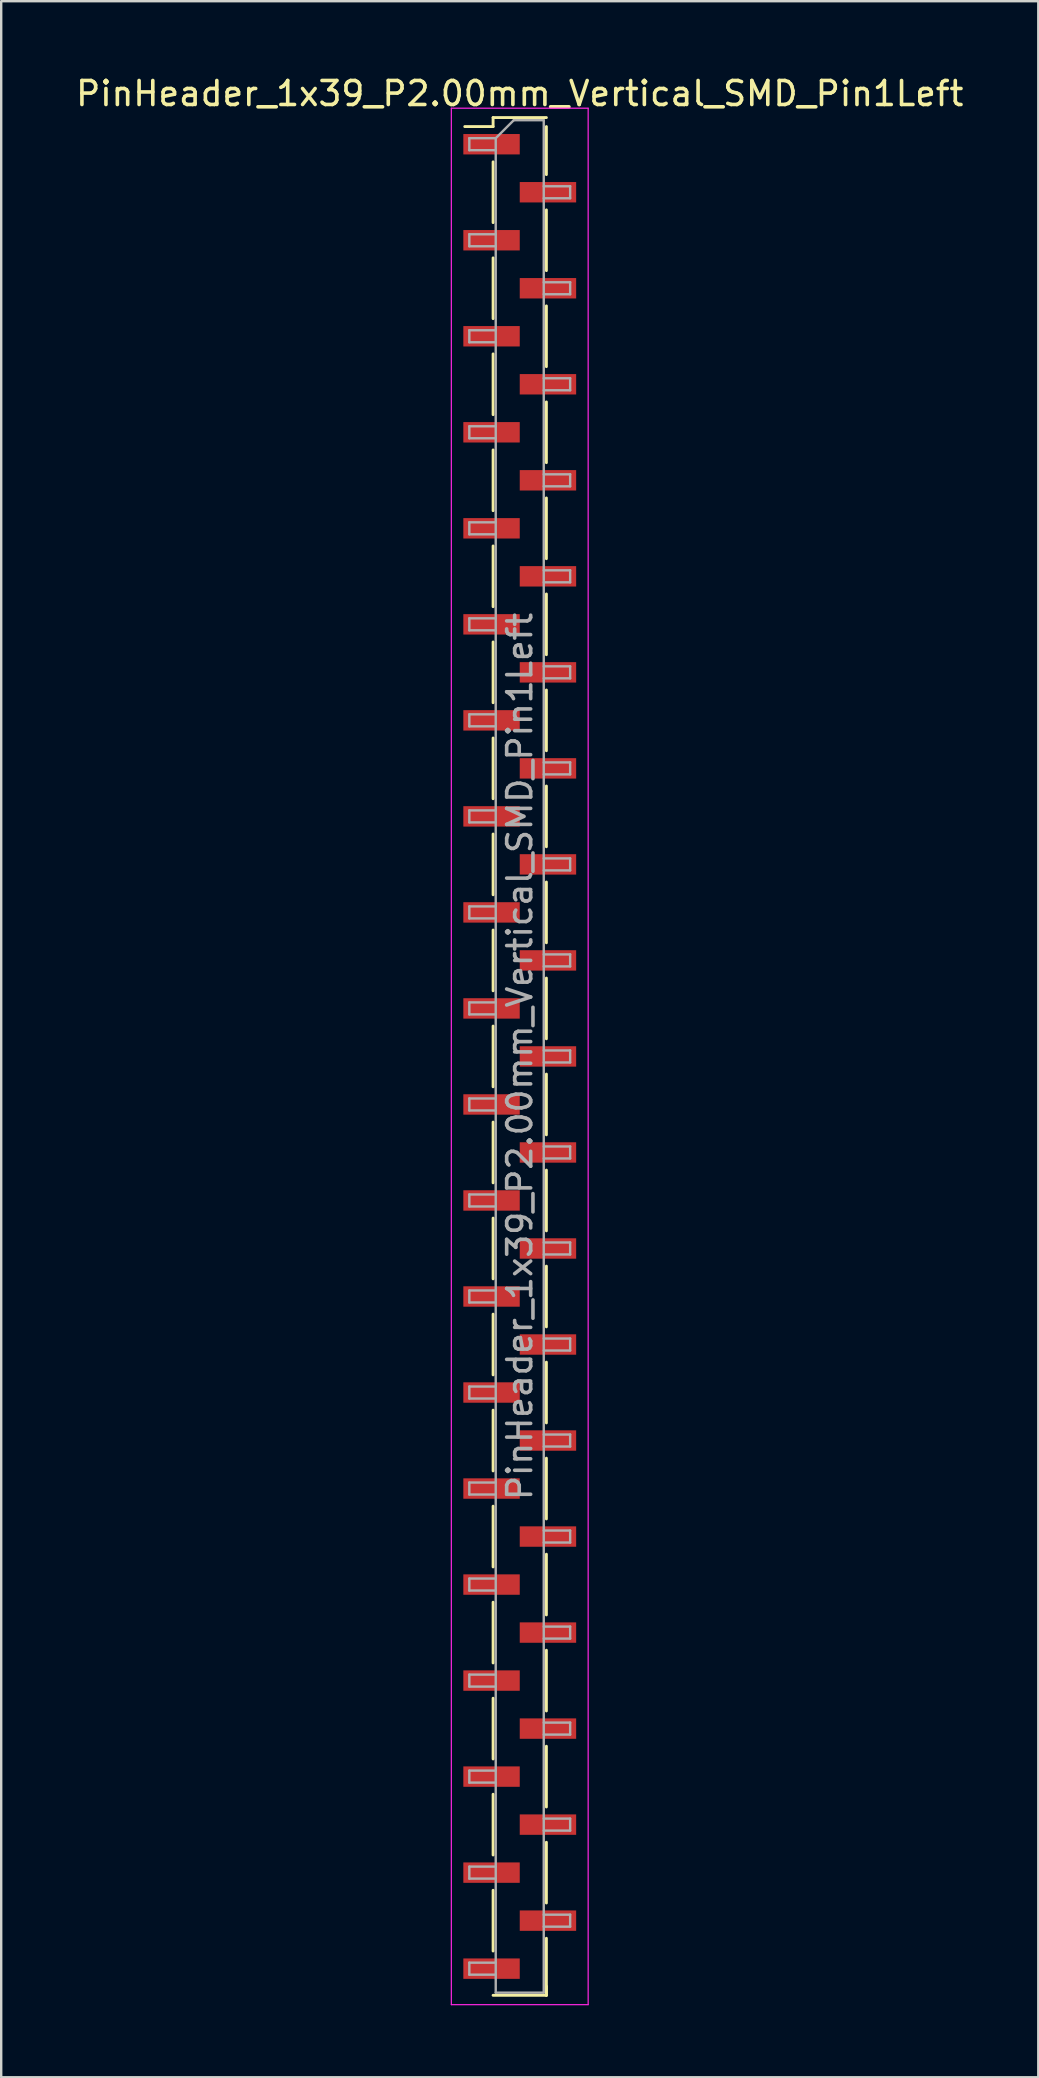
<source format=kicad_pcb>
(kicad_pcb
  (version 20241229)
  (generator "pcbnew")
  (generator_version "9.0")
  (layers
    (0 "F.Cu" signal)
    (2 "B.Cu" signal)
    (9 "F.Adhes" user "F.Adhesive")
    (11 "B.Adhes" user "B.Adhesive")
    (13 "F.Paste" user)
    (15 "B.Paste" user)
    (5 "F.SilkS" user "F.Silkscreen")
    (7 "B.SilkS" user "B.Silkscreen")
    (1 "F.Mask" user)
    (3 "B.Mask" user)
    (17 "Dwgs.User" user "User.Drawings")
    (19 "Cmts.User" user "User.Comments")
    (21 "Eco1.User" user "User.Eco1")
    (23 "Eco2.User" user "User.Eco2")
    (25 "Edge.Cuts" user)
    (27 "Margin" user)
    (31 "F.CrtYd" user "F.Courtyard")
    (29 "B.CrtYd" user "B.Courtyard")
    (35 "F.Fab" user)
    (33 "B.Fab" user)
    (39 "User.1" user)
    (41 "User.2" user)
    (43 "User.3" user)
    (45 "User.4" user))
  (footprint "PinHeader_1x39_P2.00mm_Vertical_SMD_Pin1Left"
    (layer "F.Cu")
    (at 18.601 40.958)
    (property "Reference" "PinHeader_1x39_P2.00mm_Vertical_SMD_Pin1Left" (at 0 -40.11 0) (layer "F.SilkS") (effects (font (size 1 1) (thickness 0.15))))
    (attr smd)
    (fp_line (start -1.11 -39.11) (end -1.11 -38.735) (stroke (width 0.12) (type solid)) (layer "F.SilkS"))
    (fp_line (start -1.11 -39.11) (end 1.11 -39.11) (stroke (width 0.12) (type solid)) (layer "F.SilkS"))
    (fp_line (start -1.11 -38.735) (end -2.29 -38.735) (stroke (width 0.12) (type solid)) (layer "F.SilkS"))
    (fp_line (start -1.11 -37.265) (end -1.11 -34.735) (stroke (width 0.12) (type solid)) (layer "F.SilkS"))
    (fp_line (start -1.11 -33.265) (end -1.11 -30.735) (stroke (width 0.12) (type solid)) (layer "F.SilkS"))
    (fp_line (start -1.11 -29.265) (end -1.11 -26.735) (stroke (width 0.12) (type solid)) (layer "F.SilkS"))
    (fp_line (start -1.11 -25.265) (end -1.11 -22.735) (stroke (width 0.12) (type solid)) (layer "F.SilkS"))
    (fp_line (start -1.11 -21.265) (end -1.11 -18.735) (stroke (width 0.12) (type solid)) (layer "F.SilkS"))
    (fp_line (start -1.11 -17.265) (end -1.11 -14.735) (stroke (width 0.12) (type solid)) (layer "F.SilkS"))
    (fp_line (start -1.11 -13.265) (end -1.11 -10.735) (stroke (width 0.12) (type solid)) (layer "F.SilkS"))
    (fp_line (start -1.11 -9.265) (end -1.11 -6.735) (stroke (width 0.12) (type solid)) (layer "F.SilkS"))
    (fp_line (start -1.11 -5.265) (end -1.11 -2.735) (stroke (width 0.12) (type solid)) (layer "F.SilkS"))
    (fp_line (start -1.11 -1.265) (end -1.11 1.265) (stroke (width 0.12) (type solid)) (layer "F.SilkS"))
    (fp_line (start -1.11 2.735) (end -1.11 5.265) (stroke (width 0.12) (type solid)) (layer "F.SilkS"))
    (fp_line (start -1.11 6.735) (end -1.11 9.265) (stroke (width 0.12) (type solid)) (layer "F.SilkS"))
    (fp_line (start -1.11 10.735) (end -1.11 13.265) (stroke (width 0.12) (type solid)) (layer "F.SilkS"))
    (fp_line (start -1.11 14.735) (end -1.11 17.265) (stroke (width 0.12) (type solid)) (layer "F.SilkS"))
    (fp_line (start -1.11 18.735) (end -1.11 21.265) (stroke (width 0.12) (type solid)) (layer "F.SilkS"))
    (fp_line (start -1.11 22.735) (end -1.11 25.265) (stroke (width 0.12) (type solid)) (layer "F.SilkS"))
    (fp_line (start -1.11 26.735) (end -1.11 29.265) (stroke (width 0.12) (type solid)) (layer "F.SilkS"))
    (fp_line (start -1.11 30.735) (end -1.11 33.265) (stroke (width 0.12) (type solid)) (layer "F.SilkS"))
    (fp_line (start -1.11 34.735) (end -1.11 37.265) (stroke (width 0.12) (type solid)) (layer "F.SilkS"))
    (fp_line (start -1.11 39.11) (end 1.11 39.11) (stroke (width 0.12) (type solid)) (layer "F.SilkS"))
    (fp_line (start 1.11 -38.735) (end 1.11 -36.735) (stroke (width 0.12) (type solid)) (layer "F.SilkS"))
    (fp_line (start 1.11 -35.265) (end 1.11 -32.735) (stroke (width 0.12) (type solid)) (layer "F.SilkS"))
    (fp_line (start 1.11 -31.265) (end 1.11 -28.735) (stroke (width 0.12) (type solid)) (layer "F.SilkS"))
    (fp_line (start 1.11 -27.265) (end 1.11 -24.735) (stroke (width 0.12) (type solid)) (layer "F.SilkS"))
    (fp_line (start 1.11 -23.265) (end 1.11 -20.735) (stroke (width 0.12) (type solid)) (layer "F.SilkS"))
    (fp_line (start 1.11 -19.265) (end 1.11 -16.735) (stroke (width 0.12) (type solid)) (layer "F.SilkS"))
    (fp_line (start 1.11 -15.265) (end 1.11 -12.735) (stroke (width 0.12) (type solid)) (layer "F.SilkS"))
    (fp_line (start 1.11 -11.265) (end 1.11 -8.735) (stroke (width 0.12) (type solid)) (layer "F.SilkS"))
    (fp_line (start 1.11 -7.265) (end 1.11 -4.735) (stroke (width 0.12) (type solid)) (layer "F.SilkS"))
    (fp_line (start 1.11 -3.265) (end 1.11 -0.735) (stroke (width 0.12) (type solid)) (layer "F.SilkS"))
    (fp_line (start 1.11 0.735) (end 1.11 3.265) (stroke (width 0.12) (type solid)) (layer "F.SilkS"))
    (fp_line (start 1.11 4.735) (end 1.11 7.265) (stroke (width 0.12) (type solid)) (layer "F.SilkS"))
    (fp_line (start 1.11 8.735) (end 1.11 11.265) (stroke (width 0.12) (type solid)) (layer "F.SilkS"))
    (fp_line (start 1.11 12.735) (end 1.11 15.265) (stroke (width 0.12) (type solid)) (layer "F.SilkS"))
    (fp_line (start 1.11 16.735) (end 1.11 19.265) (stroke (width 0.12) (type solid)) (layer "F.SilkS"))
    (fp_line (start 1.11 20.735) (end 1.11 23.265) (stroke (width 0.12) (type solid)) (layer "F.SilkS"))
    (fp_line (start 1.11 24.735) (end 1.11 27.265) (stroke (width 0.12) (type solid)) (layer "F.SilkS"))
    (fp_line (start 1.11 28.735) (end 1.11 31.265) (stroke (width 0.12) (type solid)) (layer "F.SilkS"))
    (fp_line (start 1.11 32.735) (end 1.11 35.265) (stroke (width 0.12) (type solid)) (layer "F.SilkS"))
    (fp_line (start 1.11 36.735) (end 1.11 39.11) (stroke (width 0.12) (type solid)) (layer "F.SilkS"))
    (fp_line (start 1.11 38.735) (end 1.11 39.11) (stroke (width 0.12) (type solid)) (layer "F.SilkS"))
    (fp_line (start -2.85 -39.5) (end -2.85 39.5) (stroke (width 0.05) (type solid)) (layer "F.CrtYd"))
    (fp_line (start -2.85 39.5) (end 2.85 39.5) (stroke (width 0.05) (type solid)) (layer "F.CrtYd"))
    (fp_line (start 2.85 -39.5) (end -2.85 -39.5) (stroke (width 0.05) (type solid)) (layer "F.CrtYd"))
    (fp_line (start 2.85 39.5) (end 2.85 -39.5) (stroke (width 0.05) (type solid)) (layer "F.CrtYd"))
    (fp_line (start -2.1 -38.25) (end -2.1 -37.75) (stroke (width 0.1) (type solid)) (layer "F.Fab"))
    (fp_line (start -2.1 -37.75) (end -1 -37.75) (stroke (width 0.1) (type solid)) (layer "F.Fab"))
    (fp_line (start -2.1 -34.25) (end -2.1 -33.75) (stroke (width 0.1) (type solid)) (layer "F.Fab"))
    (fp_line (start -2.1 -33.75) (end -1 -33.75) (stroke (width 0.1) (type solid)) (layer "F.Fab"))
    (fp_line (start -2.1 -30.25) (end -2.1 -29.75) (stroke (width 0.1) (type solid)) (layer "F.Fab"))
    (fp_line (start -2.1 -29.75) (end -1 -29.75) (stroke (width 0.1) (type solid)) (layer "F.Fab"))
    (fp_line (start -2.1 -26.25) (end -2.1 -25.75) (stroke (width 0.1) (type solid)) (layer "F.Fab"))
    (fp_line (start -2.1 -25.75) (end -1 -25.75) (stroke (width 0.1) (type solid)) (layer "F.Fab"))
    (fp_line (start -2.1 -22.25) (end -2.1 -21.75) (stroke (width 0.1) (type solid)) (layer "F.Fab"))
    (fp_line (start -2.1 -21.75) (end -1 -21.75) (stroke (width 0.1) (type solid)) (layer "F.Fab"))
    (fp_line (start -2.1 -18.25) (end -2.1 -17.75) (stroke (width 0.1) (type solid)) (layer "F.Fab"))
    (fp_line (start -2.1 -17.75) (end -1 -17.75) (stroke (width 0.1) (type solid)) (layer "F.Fab"))
    (fp_line (start -2.1 -14.25) (end -2.1 -13.75) (stroke (width 0.1) (type solid)) (layer "F.Fab"))
    (fp_line (start -2.1 -13.75) (end -1 -13.75) (stroke (width 0.1) (type solid)) (layer "F.Fab"))
    (fp_line (start -2.1 -10.25) (end -2.1 -9.75) (stroke (width 0.1) (type solid)) (layer "F.Fab"))
    (fp_line (start -2.1 -9.75) (end -1 -9.75) (stroke (width 0.1) (type solid)) (layer "F.Fab"))
    (fp_line (start -2.1 -6.25) (end -2.1 -5.75) (stroke (width 0.1) (type solid)) (layer "F.Fab"))
    (fp_line (start -2.1 -5.75) (end -1 -5.75) (stroke (width 0.1) (type solid)) (layer "F.Fab"))
    (fp_line (start -2.1 -2.25) (end -2.1 -1.75) (stroke (width 0.1) (type solid)) (layer "F.Fab"))
    (fp_line (start -2.1 -1.75) (end -1 -1.75) (stroke (width 0.1) (type solid)) (layer "F.Fab"))
    (fp_line (start -2.1 1.75) (end -2.1 2.25) (stroke (width 0.1) (type solid)) (layer "F.Fab"))
    (fp_line (start -2.1 2.25) (end -1 2.25) (stroke (width 0.1) (type solid)) (layer "F.Fab"))
    (fp_line (start -2.1 5.75) (end -2.1 6.25) (stroke (width 0.1) (type solid)) (layer "F.Fab"))
    (fp_line (start -2.1 6.25) (end -1 6.25) (stroke (width 0.1) (type solid)) (layer "F.Fab"))
    (fp_line (start -2.1 9.75) (end -2.1 10.25) (stroke (width 0.1) (type solid)) (layer "F.Fab"))
    (fp_line (start -2.1 10.25) (end -1 10.25) (stroke (width 0.1) (type solid)) (layer "F.Fab"))
    (fp_line (start -2.1 13.75) (end -2.1 14.25) (stroke (width 0.1) (type solid)) (layer "F.Fab"))
    (fp_line (start -2.1 14.25) (end -1 14.25) (stroke (width 0.1) (type solid)) (layer "F.Fab"))
    (fp_line (start -2.1 17.75) (end -2.1 18.25) (stroke (width 0.1) (type solid)) (layer "F.Fab"))
    (fp_line (start -2.1 18.25) (end -1 18.25) (stroke (width 0.1) (type solid)) (layer "F.Fab"))
    (fp_line (start -2.1 21.75) (end -2.1 22.25) (stroke (width 0.1) (type solid)) (layer "F.Fab"))
    (fp_line (start -2.1 22.25) (end -1 22.25) (stroke (width 0.1) (type solid)) (layer "F.Fab"))
    (fp_line (start -2.1 25.75) (end -2.1 26.25) (stroke (width 0.1) (type solid)) (layer "F.Fab"))
    (fp_line (start -2.1 26.25) (end -1 26.25) (stroke (width 0.1) (type solid)) (layer "F.Fab"))
    (fp_line (start -2.1 29.75) (end -2.1 30.25) (stroke (width 0.1) (type solid)) (layer "F.Fab"))
    (fp_line (start -2.1 30.25) (end -1 30.25) (stroke (width 0.1) (type solid)) (layer "F.Fab"))
    (fp_line (start -2.1 33.75) (end -2.1 34.25) (stroke (width 0.1) (type solid)) (layer "F.Fab"))
    (fp_line (start -2.1 34.25) (end -1 34.25) (stroke (width 0.1) (type solid)) (layer "F.Fab"))
    (fp_line (start -2.1 37.75) (end -2.1 38.25) (stroke (width 0.1) (type solid)) (layer "F.Fab"))
    (fp_line (start -2.1 38.25) (end -1 38.25) (stroke (width 0.1) (type solid)) (layer "F.Fab"))
    (fp_line (start -1 -38.25) (end -2.1 -38.25) (stroke (width 0.1) (type solid)) (layer "F.Fab"))
    (fp_line (start -1 -38.25) (end -0.25 -39) (stroke (width 0.1) (type solid)) (layer "F.Fab"))
    (fp_line (start -1 -34.25) (end -2.1 -34.25) (stroke (width 0.1) (type solid)) (layer "F.Fab"))
    (fp_line (start -1 -30.25) (end -2.1 -30.25) (stroke (width 0.1) (type solid)) (layer "F.Fab"))
    (fp_line (start -1 -26.25) (end -2.1 -26.25) (stroke (width 0.1) (type solid)) (layer "F.Fab"))
    (fp_line (start -1 -22.25) (end -2.1 -22.25) (stroke (width 0.1) (type solid)) (layer "F.Fab"))
    (fp_line (start -1 -18.25) (end -2.1 -18.25) (stroke (width 0.1) (type solid)) (layer "F.Fab"))
    (fp_line (start -1 -14.25) (end -2.1 -14.25) (stroke (width 0.1) (type solid)) (layer "F.Fab"))
    (fp_line (start -1 -10.25) (end -2.1 -10.25) (stroke (width 0.1) (type solid)) (layer "F.Fab"))
    (fp_line (start -1 -6.25) (end -2.1 -6.25) (stroke (width 0.1) (type solid)) (layer "F.Fab"))
    (fp_line (start -1 -2.25) (end -2.1 -2.25) (stroke (width 0.1) (type solid)) (layer "F.Fab"))
    (fp_line (start -1 1.75) (end -2.1 1.75) (stroke (width 0.1) (type solid)) (layer "F.Fab"))
    (fp_line (start -1 5.75) (end -2.1 5.75) (stroke (width 0.1) (type solid)) (layer "F.Fab"))
    (fp_line (start -1 9.75) (end -2.1 9.75) (stroke (width 0.1) (type solid)) (layer "F.Fab"))
    (fp_line (start -1 13.75) (end -2.1 13.75) (stroke (width 0.1) (type solid)) (layer "F.Fab"))
    (fp_line (start -1 17.75) (end -2.1 17.75) (stroke (width 0.1) (type solid)) (layer "F.Fab"))
    (fp_line (start -1 21.75) (end -2.1 21.75) (stroke (width 0.1) (type solid)) (layer "F.Fab"))
    (fp_line (start -1 25.75) (end -2.1 25.75) (stroke (width 0.1) (type solid)) (layer "F.Fab"))
    (fp_line (start -1 29.75) (end -2.1 29.75) (stroke (width 0.1) (type solid)) (layer "F.Fab"))
    (fp_line (start -1 33.75) (end -2.1 33.75) (stroke (width 0.1) (type solid)) (layer "F.Fab"))
    (fp_line (start -1 37.75) (end -2.1 37.75) (stroke (width 0.1) (type solid)) (layer "F.Fab"))
    (fp_line (start -1 39) (end -1 -38.25) (stroke (width 0.1) (type solid)) (layer "F.Fab"))
    (fp_line (start -0.25 -39) (end 1 -39) (stroke (width 0.1) (type solid)) (layer "F.Fab"))
    (fp_line (start 1 -39) (end 1 39) (stroke (width 0.1) (type solid)) (layer "F.Fab"))
    (fp_line (start 1 -36.25) (end 2.1 -36.25) (stroke (width 0.1) (type solid)) (layer "F.Fab"))
    (fp_line (start 1 -32.25) (end 2.1 -32.25) (stroke (width 0.1) (type solid)) (layer "F.Fab"))
    (fp_line (start 1 -28.25) (end 2.1 -28.25) (stroke (width 0.1) (type solid)) (layer "F.Fab"))
    (fp_line (start 1 -24.25) (end 2.1 -24.25) (stroke (width 0.1) (type solid)) (layer "F.Fab"))
    (fp_line (start 1 -20.25) (end 2.1 -20.25) (stroke (width 0.1) (type solid)) (layer "F.Fab"))
    (fp_line (start 1 -16.25) (end 2.1 -16.25) (stroke (width 0.1) (type solid)) (layer "F.Fab"))
    (fp_line (start 1 -12.25) (end 2.1 -12.25) (stroke (width 0.1) (type solid)) (layer "F.Fab"))
    (fp_line (start 1 -8.25) (end 2.1 -8.25) (stroke (width 0.1) (type solid)) (layer "F.Fab"))
    (fp_line (start 1 -4.25) (end 2.1 -4.25) (stroke (width 0.1) (type solid)) (layer "F.Fab"))
    (fp_line (start 1 -0.25) (end 2.1 -0.25) (stroke (width 0.1) (type solid)) (layer "F.Fab"))
    (fp_line (start 1 3.75) (end 2.1 3.75) (stroke (width 0.1) (type solid)) (layer "F.Fab"))
    (fp_line (start 1 7.75) (end 2.1 7.75) (stroke (width 0.1) (type solid)) (layer "F.Fab"))
    (fp_line (start 1 11.75) (end 2.1 11.75) (stroke (width 0.1) (type solid)) (layer "F.Fab"))
    (fp_line (start 1 15.75) (end 2.1 15.75) (stroke (width 0.1) (type solid)) (layer "F.Fab"))
    (fp_line (start 1 19.75) (end 2.1 19.75) (stroke (width 0.1) (type solid)) (layer "F.Fab"))
    (fp_line (start 1 23.75) (end 2.1 23.75) (stroke (width 0.1) (type solid)) (layer "F.Fab"))
    (fp_line (start 1 27.75) (end 2.1 27.75) (stroke (width 0.1) (type solid)) (layer "F.Fab"))
    (fp_line (start 1 31.75) (end 2.1 31.75) (stroke (width 0.1) (type solid)) (layer "F.Fab"))
    (fp_line (start 1 35.75) (end 2.1 35.75) (stroke (width 0.1) (type solid)) (layer "F.Fab"))
    (fp_line (start 1 39) (end -1 39) (stroke (width 0.1) (type solid)) (layer "F.Fab"))
    (fp_line (start 2.1 -36.25) (end 2.1 -35.75) (stroke (width 0.1) (type solid)) (layer "F.Fab"))
    (fp_line (start 2.1 -35.75) (end 1 -35.75) (stroke (width 0.1) (type solid)) (layer "F.Fab"))
    (fp_line (start 2.1 -32.25) (end 2.1 -31.75) (stroke (width 0.1) (type solid)) (layer "F.Fab"))
    (fp_line (start 2.1 -31.75) (end 1 -31.75) (stroke (width 0.1) (type solid)) (layer "F.Fab"))
    (fp_line (start 2.1 -28.25) (end 2.1 -27.75) (stroke (width 0.1) (type solid)) (layer "F.Fab"))
    (fp_line (start 2.1 -27.75) (end 1 -27.75) (stroke (width 0.1) (type solid)) (layer "F.Fab"))
    (fp_line (start 2.1 -24.25) (end 2.1 -23.75) (stroke (width 0.1) (type solid)) (layer "F.Fab"))
    (fp_line (start 2.1 -23.75) (end 1 -23.75) (stroke (width 0.1) (type solid)) (layer "F.Fab"))
    (fp_line (start 2.1 -20.25) (end 2.1 -19.75) (stroke (width 0.1) (type solid)) (layer "F.Fab"))
    (fp_line (start 2.1 -19.75) (end 1 -19.75) (stroke (width 0.1) (type solid)) (layer "F.Fab"))
    (fp_line (start 2.1 -16.25) (end 2.1 -15.75) (stroke (width 0.1) (type solid)) (layer "F.Fab"))
    (fp_line (start 2.1 -15.75) (end 1 -15.75) (stroke (width 0.1) (type solid)) (layer "F.Fab"))
    (fp_line (start 2.1 -12.25) (end 2.1 -11.75) (stroke (width 0.1) (type solid)) (layer "F.Fab"))
    (fp_line (start 2.1 -11.75) (end 1 -11.75) (stroke (width 0.1) (type solid)) (layer "F.Fab"))
    (fp_line (start 2.1 -8.25) (end 2.1 -7.75) (stroke (width 0.1) (type solid)) (layer "F.Fab"))
    (fp_line (start 2.1 -7.75) (end 1 -7.75) (stroke (width 0.1) (type solid)) (layer "F.Fab"))
    (fp_line (start 2.1 -4.25) (end 2.1 -3.75) (stroke (width 0.1) (type solid)) (layer "F.Fab"))
    (fp_line (start 2.1 -3.75) (end 1 -3.75) (stroke (width 0.1) (type solid)) (layer "F.Fab"))
    (fp_line (start 2.1 -0.25) (end 2.1 0.25) (stroke (width 0.1) (type solid)) (layer "F.Fab"))
    (fp_line (start 2.1 0.25) (end 1 0.25) (stroke (width 0.1) (type solid)) (layer "F.Fab"))
    (fp_line (start 2.1 3.75) (end 2.1 4.25) (stroke (width 0.1) (type solid)) (layer "F.Fab"))
    (fp_line (start 2.1 4.25) (end 1 4.25) (stroke (width 0.1) (type solid)) (layer "F.Fab"))
    (fp_line (start 2.1 7.75) (end 2.1 8.25) (stroke (width 0.1) (type solid)) (layer "F.Fab"))
    (fp_line (start 2.1 8.25) (end 1 8.25) (stroke (width 0.1) (type solid)) (layer "F.Fab"))
    (fp_line (start 2.1 11.75) (end 2.1 12.25) (stroke (width 0.1) (type solid)) (layer "F.Fab"))
    (fp_line (start 2.1 12.25) (end 1 12.25) (stroke (width 0.1) (type solid)) (layer "F.Fab"))
    (fp_line (start 2.1 15.75) (end 2.1 16.25) (stroke (width 0.1) (type solid)) (layer "F.Fab"))
    (fp_line (start 2.1 16.25) (end 1 16.25) (stroke (width 0.1) (type solid)) (layer "F.Fab"))
    (fp_line (start 2.1 19.75) (end 2.1 20.25) (stroke (width 0.1) (type solid)) (layer "F.Fab"))
    (fp_line (start 2.1 20.25) (end 1 20.25) (stroke (width 0.1) (type solid)) (layer "F.Fab"))
    (fp_line (start 2.1 23.75) (end 2.1 24.25) (stroke (width 0.1) (type solid)) (layer "F.Fab"))
    (fp_line (start 2.1 24.25) (end 1 24.25) (stroke (width 0.1) (type solid)) (layer "F.Fab"))
    (fp_line (start 2.1 27.75) (end 2.1 28.25) (stroke (width 0.1) (type solid)) (layer "F.Fab"))
    (fp_line (start 2.1 28.25) (end 1 28.25) (stroke (width 0.1) (type solid)) (layer "F.Fab"))
    (fp_line (start 2.1 31.75) (end 2.1 32.25) (stroke (width 0.1) (type solid)) (layer "F.Fab"))
    (fp_line (start 2.1 32.25) (end 1 32.25) (stroke (width 0.1) (type solid)) (layer "F.Fab"))
    (fp_line (start 2.1 35.75) (end 2.1 36.25) (stroke (width 0.1) (type solid)) (layer "F.Fab"))
    (fp_line (start 2.1 36.25) (end 1 36.25) (stroke (width 0.1) (type solid)) (layer "F.Fab"))
    (fp_text user "${REFERENCE}" (at 0 0 90) (layer "F.Fab") (effects (font (size 1 1) (thickness 0.15))))
    (pad "1" smd rect (at -1.175 -38) (size 2.35 0.85) (layers "F.Cu" "F.Mask" "F.Paste"))
    (pad "2" smd rect (at 1.175 -36) (size 2.35 0.85) (layers "F.Cu" "F.Mask" "F.Paste"))
    (pad "3" smd rect (at -1.175 -34) (size 2.35 0.85) (layers "F.Cu" "F.Mask" "F.Paste"))
    (pad "4" smd rect (at 1.175 -32) (size 2.35 0.85) (layers "F.Cu" "F.Mask" "F.Paste"))
    (pad "5" smd rect (at -1.175 -30) (size 2.35 0.85) (layers "F.Cu" "F.Mask" "F.Paste"))
    (pad "6" smd rect (at 1.175 -28) (size 2.35 0.85) (layers "F.Cu" "F.Mask" "F.Paste"))
    (pad "7" smd rect (at -1.175 -26) (size 2.35 0.85) (layers "F.Cu" "F.Mask" "F.Paste"))
    (pad "8" smd rect (at 1.175 -24) (size 2.35 0.85) (layers "F.Cu" "F.Mask" "F.Paste"))
    (pad "9" smd rect (at -1.175 -22) (size 2.35 0.85) (layers "F.Cu" "F.Mask" "F.Paste"))
    (pad "10" smd rect (at 1.175 -20) (size 2.35 0.85) (layers "F.Cu" "F.Mask" "F.Paste"))
    (pad "11" smd rect (at -1.175 -18) (size 2.35 0.85) (layers "F.Cu" "F.Mask" "F.Paste"))
    (pad "12" smd rect (at 1.175 -16) (size 2.35 0.85) (layers "F.Cu" "F.Mask" "F.Paste"))
    (pad "13" smd rect (at -1.175 -14) (size 2.35 0.85) (layers "F.Cu" "F.Mask" "F.Paste"))
    (pad "14" smd rect (at 1.175 -12) (size 2.35 0.85) (layers "F.Cu" "F.Mask" "F.Paste"))
    (pad "15" smd rect (at -1.175 -10) (size 2.35 0.85) (layers "F.Cu" "F.Mask" "F.Paste"))
    (pad "16" smd rect (at 1.175 -8) (size 2.35 0.85) (layers "F.Cu" "F.Mask" "F.Paste"))
    (pad "17" smd rect (at -1.175 -6) (size 2.35 0.85) (layers "F.Cu" "F.Mask" "F.Paste"))
    (pad "18" smd rect (at 1.175 -4) (size 2.35 0.85) (layers "F.Cu" "F.Mask" "F.Paste"))
    (pad "19" smd rect (at -1.175 -2) (size 2.35 0.85) (layers "F.Cu" "F.Mask" "F.Paste"))
    (pad "20" smd rect (at 1.175 0) (size 2.35 0.85) (layers "F.Cu" "F.Mask" "F.Paste"))
    (pad "21" smd rect (at -1.175 2) (size 2.35 0.85) (layers "F.Cu" "F.Mask" "F.Paste"))
    (pad "22" smd rect (at 1.175 4) (size 2.35 0.85) (layers "F.Cu" "F.Mask" "F.Paste"))
    (pad "23" smd rect (at -1.175 6) (size 2.35 0.85) (layers "F.Cu" "F.Mask" "F.Paste"))
    (pad "24" smd rect (at 1.175 8) (size 2.35 0.85) (layers "F.Cu" "F.Mask" "F.Paste"))
    (pad "25" smd rect (at -1.175 10) (size 2.35 0.85) (layers "F.Cu" "F.Mask" "F.Paste"))
    (pad "26" smd rect (at 1.175 12) (size 2.35 0.85) (layers "F.Cu" "F.Mask" "F.Paste"))
    (pad "27" smd rect (at -1.175 14) (size 2.35 0.85) (layers "F.Cu" "F.Mask" "F.Paste"))
    (pad "28" smd rect (at 1.175 16) (size 2.35 0.85) (layers "F.Cu" "F.Mask" "F.Paste"))
    (pad "29" smd rect (at -1.175 18) (size 2.35 0.85) (layers "F.Cu" "F.Mask" "F.Paste"))
    (pad "30" smd rect (at 1.175 20) (size 2.35 0.85) (layers "F.Cu" "F.Mask" "F.Paste"))
    (pad "31" smd rect (at -1.175 22) (size 2.35 0.85) (layers "F.Cu" "F.Mask" "F.Paste"))
    (pad "32" smd rect (at 1.175 24) (size 2.35 0.85) (layers "F.Cu" "F.Mask" "F.Paste"))
    (pad "33" smd rect (at -1.175 26) (size 2.35 0.85) (layers "F.Cu" "F.Mask" "F.Paste"))
    (pad "34" smd rect (at 1.175 28) (size 2.35 0.85) (layers "F.Cu" "F.Mask" "F.Paste"))
    (pad "35" smd rect (at -1.175 30) (size 2.35 0.85) (layers "F.Cu" "F.Mask" "F.Paste"))
    (pad "36" smd rect (at 1.175 32) (size 2.35 0.85) (layers "F.Cu" "F.Mask" "F.Paste"))
    (pad "37" smd rect (at -1.175 34) (size 2.35 0.85) (layers "F.Cu" "F.Mask" "F.Paste"))
    (pad "38" smd rect (at 1.175 36) (size 2.35 0.85) (layers "F.Cu" "F.Mask" "F.Paste"))
    (pad "39" smd rect (at -1.175 38) (size 2.35 0.85) (layers "F.Cu" "F.Mask" "F.Paste")))
  (gr_rect
    (start -3 -3)
    (end 40.202 83.483)
    (stroke (width 0.1) (type default))
    (fill no)
    (layer "Edge.Cuts")))
</source>
